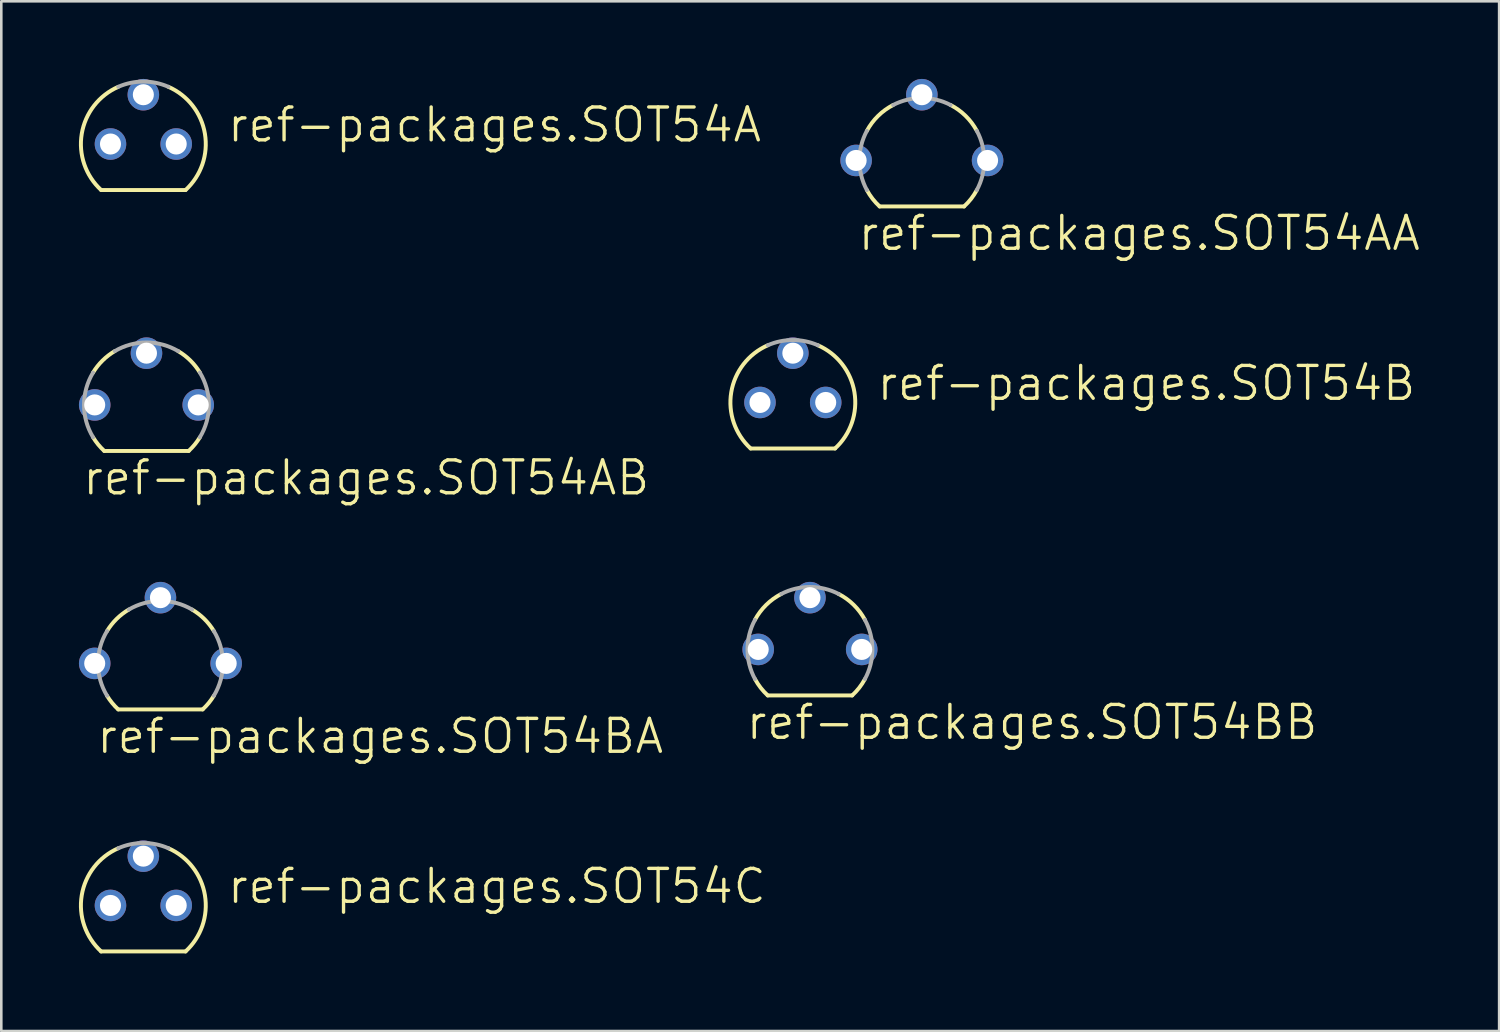
<source format=kicad_pcb>
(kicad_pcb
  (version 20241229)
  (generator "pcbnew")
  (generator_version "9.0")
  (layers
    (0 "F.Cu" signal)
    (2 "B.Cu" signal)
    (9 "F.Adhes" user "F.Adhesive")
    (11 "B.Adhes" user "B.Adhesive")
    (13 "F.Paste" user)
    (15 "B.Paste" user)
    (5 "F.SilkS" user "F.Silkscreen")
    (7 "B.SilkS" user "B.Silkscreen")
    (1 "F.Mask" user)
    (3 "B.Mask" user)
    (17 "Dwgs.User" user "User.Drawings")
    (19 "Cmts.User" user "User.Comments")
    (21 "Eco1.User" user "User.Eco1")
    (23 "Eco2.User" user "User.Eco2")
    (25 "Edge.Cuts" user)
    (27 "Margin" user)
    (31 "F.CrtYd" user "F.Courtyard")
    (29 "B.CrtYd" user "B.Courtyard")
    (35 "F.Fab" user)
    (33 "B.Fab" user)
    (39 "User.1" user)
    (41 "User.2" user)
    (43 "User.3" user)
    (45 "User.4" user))
  (footprint "ref-packages.SOT54AB"
    (layer "F.Cu")
    (at 2.61 12.597)
    (property "Reference" "ref-packages.SOT54AB" (at -2.54 3.556 0) (layer "F.SilkS") (effects (font (size 1.27 1.27) (thickness 0.13)) (justify left bottom)))
    (attr through_hole)
    (fp_line (start -1.631 1.778) (end 1.631 1.778) (stroke (width 0.152) (type default)) (layer "F.SilkS"))
    (fp_arc (start -2.0638 -1.2504) (mid -1.695865 -1.716597) (end -1.2252 -2.0788) (stroke (width 0.1524) (type default)) (layer "F.SilkS"))
    (fp_arc (start -1.6313 1.7781) (mid -1.866295 1.529613) (end -2.0638 1.2504) (stroke (width 0.1524) (type default)) (layer "F.SilkS"))
    (fp_arc (start 1.2252 -2.0788) (mid 1.695865 -1.716597) (end 2.0638 -1.2504) (stroke (width 0.1524) (type default)) (layer "F.SilkS"))
    (fp_arc (start 2.0634 1.2504) (mid 1.865939 1.529557) (end 1.631 1.778) (stroke (width 0.1524) (type default)) (layer "F.SilkS"))
    (fp_arc (start -2.0638 1.2504) (mid -2.413042 0) (end -2.0638 -1.2504) (stroke (width 0.1524) (type default)) (layer "F.Fab"))
    (fp_arc (start -1.2252 -2.0788) (mid 0 -2.412991) (end 1.2252 -2.0788) (stroke (width 0.1524) (type default)) (layer "F.Fab"))
    (fp_arc (start 2.0638 -1.2504) (mid 2.413042 0) (end 2.0638 1.2504) (stroke (width 0.1524) (type default)) (layer "F.Fab"))
    (pad "B" thru_hole circle (at 0 -2) (size 1.219 1.219) (drill 0.813) (layers "*.Cu" "*.Mask"))
    (pad "C" thru_hole circle (at -2 0) (size 1.219 1.219) (drill 0.813) (layers "*.Cu" "*.Mask"))
    (pad "E" thru_hole circle (at 2 0) (size 1.219 1.219) (drill 0.813) (layers "*.Cu" "*.Mask")))
  (footprint "ref-packages.SOT54C"
    (layer "F.Cu")
    (at 2.489 31.938)
    (property "Reference" "ref-packages.SOT54C" (at 3.175 0 0) (layer "F.SilkS") (effects (font (size 1.27 1.27) (thickness 0.13)) (justify left bottom)))
    (attr through_hole)
    (fp_line (start -1.631 1.778) (end 1.631 1.778) (stroke (width 0.152) (type default)) (layer "F.SilkS"))
    (fp_arc (start -1.631 1.778) (mid -2.380096 -0.395238) (end -0.9689 -2.2098) (stroke (width 0.1524) (type default)) (layer "F.SilkS"))
    (fp_arc (start 0.9689 -2.2098) (mid 2.380096 -0.395238) (end 1.631 1.778) (stroke (width 0.1524) (type default)) (layer "F.SilkS"))
    (fp_arc (start -0.9692 -2.2098) (mid 0 -2.412999) (end 0.9692 -2.2098) (stroke (width 0.1524) (type default)) (layer "F.Fab"))
    (pad "D" thru_hole circle (at 1.27 0) (size 1.219 1.219) (drill 0.813) (layers "*.Cu" "*.Mask"))
    (pad "G" thru_hole circle (at -1.27 0) (size 1.219 1.219) (drill 0.813) (layers "*.Cu" "*.Mask"))
    (pad "S" thru_hole circle (at 0 -1.905) (size 1.219 1.219) (drill 0.813) (layers "*.Cu" "*.Mask")))
  (footprint "ref-packages.SOT54AA"
    (layer "F.Cu")
    (at 32.572 3.15)
    (property "Reference" "ref-packages.SOT54AA" (at -2.54 3.556 0) (layer "F.SilkS") (effects (font (size 1.27 1.27) (thickness 0.13)) (justify left bottom)))
    (attr through_hole)
    (fp_line (start -1.631 1.778) (end 1.631 1.778) (stroke (width 0.152) (type default)) (layer "F.SilkS"))
    (fp_arc (start -2.1254 -1.1425) (mid -1.693417 -1.719006) (end -1.1105 -2.1423) (stroke (width 0.1524) (type default)) (layer "F.SilkS"))
    (fp_arc (start -1.631 1.778) (mid -1.904736 1.480999) (end -2.1251 1.1425) (stroke (width 0.1524) (type default)) (layer "F.SilkS"))
    (fp_arc (start 1.1105 -2.1423) (mid 1.693417 -1.719006) (end 2.1254 -1.1425) (stroke (width 0.1524) (type default)) (layer "F.SilkS"))
    (fp_arc (start 2.1251 1.1425) (mid 1.904736 1.480999) (end 1.631 1.778) (stroke (width 0.1524) (type default)) (layer "F.SilkS"))
    (fp_arc (start -2.1254 1.1425) (mid -2.413013 0) (end -2.1254 -1.1425) (stroke (width 0.1524) (type default)) (layer "F.Fab"))
    (fp_arc (start -1.1105 -2.1423) (mid 0 -2.413019) (end 1.1105 -2.1423) (stroke (width 0.1524) (type default)) (layer "F.Fab"))
    (fp_arc (start 2.1254 -1.1425) (mid 2.413013 0) (end 2.1254 1.1425) (stroke (width 0.1524) (type default)) (layer "F.Fab"))
    (pad "B" thru_hole circle (at 0 -2.54) (size 1.219 1.219) (drill 0.813) (layers "*.Cu" "*.Mask"))
    (pad "C" thru_hole circle (at -2.54 0) (size 1.219 1.219) (drill 0.813) (layers "*.Cu" "*.Mask"))
    (pad "E" thru_hole circle (at 2.54 0) (size 1.219 1.219) (drill 0.813) (layers "*.Cu" "*.Mask")))
  (footprint "ref-packages.SOT54BA"
    (layer "F.Cu")
    (at 3.15 22.585)
    (property "Reference" "ref-packages.SOT54BA" (at -2.54 3.556 0) (layer "F.SilkS") (effects (font (size 1.27 1.27) (thickness 0.13)) (justify left bottom)))
    (attr through_hole)
    (fp_line (start -1.631 1.778) (end 1.631 1.778) (stroke (width 0.152) (type default)) (layer "F.SilkS"))
    (fp_arc (start -2.0638 -1.2504) (mid -1.695865 -1.716597) (end -1.2252 -2.0788) (stroke (width 0.1524) (type default)) (layer "F.SilkS"))
    (fp_arc (start -1.6313 1.7781) (mid -1.866295 1.529613) (end -2.0638 1.2504) (stroke (width 0.1524) (type default)) (layer "F.SilkS"))
    (fp_arc (start 1.2252 -2.0788) (mid 1.695865 -1.716597) (end 2.0638 -1.2504) (stroke (width 0.1524) (type default)) (layer "F.SilkS"))
    (fp_arc (start 2.0634 1.2504) (mid 1.865939 1.529557) (end 1.631 1.778) (stroke (width 0.1524) (type default)) (layer "F.SilkS"))
    (fp_arc (start -2.0638 1.2504) (mid -2.413042 0) (end -2.0638 -1.2504) (stroke (width 0.1524) (type default)) (layer "F.Fab"))
    (fp_arc (start -1.2252 -2.0788) (mid 0 -2.412991) (end 1.2252 -2.0788) (stroke (width 0.1524) (type default)) (layer "F.Fab"))
    (fp_arc (start 2.0638 -1.2504) (mid 2.413042 0) (end 2.0638 1.2504) (stroke (width 0.1524) (type default)) (layer "F.Fab"))
    (pad "B" thru_hole circle (at 2.54 0) (size 1.219 1.219) (drill 0.813) (layers "*.Cu" "*.Mask"))
    (pad "C" thru_hole circle (at -2.54 0) (size 1.219 1.219) (drill 0.813) (layers "*.Cu" "*.Mask"))
    (pad "E" thru_hole circle (at 0 -2.54) (size 1.219 1.219) (drill 0.813) (layers "*.Cu" "*.Mask")))
  (footprint "ref-packages.SOT54B"
    (layer "F.Cu")
    (at 27.587 12.502)
    (property "Reference" "ref-packages.SOT54B" (at 3.175 0 0) (layer "F.SilkS") (effects (font (size 1.27 1.27) (thickness 0.13)) (justify left bottom)))
    (attr through_hole)
    (fp_line (start -1.631 1.778) (end 1.631 1.778) (stroke (width 0.152) (type default)) (layer "F.SilkS"))
    (fp_arc (start -1.631 1.778) (mid -2.380096 -0.395238) (end -0.9689 -2.2098) (stroke (width 0.1524) (type default)) (layer "F.SilkS"))
    (fp_arc (start 0.9689 -2.2098) (mid 2.380096 -0.395238) (end 1.631 1.778) (stroke (width 0.1524) (type default)) (layer "F.SilkS"))
    (fp_arc (start -0.9692 -2.2098) (mid 0 -2.412999) (end 0.9692 -2.2098) (stroke (width 0.1524) (type default)) (layer "F.Fab"))
    (pad "B" thru_hole circle (at 1.27 0) (size 1.219 1.219) (drill 0.813) (layers "*.Cu" "*.Mask"))
    (pad "C" thru_hole circle (at -1.27 0) (size 1.219 1.219) (drill 0.813) (layers "*.Cu" "*.Mask"))
    (pad "E" thru_hole circle (at 0 -1.905) (size 1.219 1.219) (drill 0.813) (layers "*.Cu" "*.Mask")))
  (footprint "ref-packages.SOT54BB"
    (layer "F.Cu")
    (at 28.248 22.045)
    (property "Reference" "ref-packages.SOT54BB" (at -2.54 3.556 0) (layer "F.SilkS") (effects (font (size 1.27 1.27) (thickness 0.13)) (justify left bottom)))
    (attr through_hole)
    (fp_line (start -1.631 1.778) (end 1.631 1.778) (stroke (width 0.152) (type default)) (layer "F.SilkS"))
    (fp_arc (start -2.1254 -1.1425) (mid -1.693417 -1.719006) (end -1.1105 -2.1423) (stroke (width 0.1524) (type default)) (layer "F.SilkS"))
    (fp_arc (start -1.631 1.778) (mid -1.904736 1.480999) (end -2.1251 1.1425) (stroke (width 0.1524) (type default)) (layer "F.SilkS"))
    (fp_arc (start 1.1105 -2.1423) (mid 1.693417 -1.719006) (end 2.1254 -1.1425) (stroke (width 0.1524) (type default)) (layer "F.SilkS"))
    (fp_arc (start 2.1251 1.1425) (mid 1.904736 1.480999) (end 1.631 1.778) (stroke (width 0.1524) (type default)) (layer "F.SilkS"))
    (fp_arc (start -2.1254 1.1425) (mid -2.413013 0) (end -2.1254 -1.1425) (stroke (width 0.1524) (type default)) (layer "F.Fab"))
    (fp_arc (start -1.1105 -2.1423) (mid 0 -2.413019) (end 1.1105 -2.1423) (stroke (width 0.1524) (type default)) (layer "F.Fab"))
    (fp_arc (start 2.1254 -1.1425) (mid 2.413013 0) (end 2.1254 1.1425) (stroke (width 0.1524) (type default)) (layer "F.Fab"))
    (pad "B" thru_hole circle (at 2 0) (size 1.219 1.219) (drill 0.813) (layers "*.Cu" "*.Mask"))
    (pad "C" thru_hole circle (at -2 0) (size 1.219 1.219) (drill 0.813) (layers "*.Cu" "*.Mask"))
    (pad "E" thru_hole circle (at 0 -2) (size 1.219 1.219) (drill 0.813) (layers "*.Cu" "*.Mask")))
  (footprint "ref-packages.SOT54A"
    (layer "F.Cu")
    (at 2.489 2.515)
    (property "Reference" "ref-packages.SOT54A" (at 3.175 0 0) (layer "F.SilkS") (effects (font (size 1.27 1.27) (thickness 0.13)) (justify left bottom)))
    (attr through_hole)
    (fp_line (start -1.631 1.778) (end 1.631 1.778) (stroke (width 0.152) (type default)) (layer "F.SilkS"))
    (fp_arc (start -1.631 1.778) (mid -2.380096 -0.395238) (end -0.9689 -2.2098) (stroke (width 0.1524) (type default)) (layer "F.SilkS"))
    (fp_arc (start 0.9689 -2.2098) (mid 2.380096 -0.395238) (end 1.631 1.778) (stroke (width 0.1524) (type default)) (layer "F.SilkS"))
    (fp_arc (start -0.9692 -2.2098) (mid 0 -2.412999) (end 0.9692 -2.2098) (stroke (width 0.1524) (type default)) (layer "F.Fab"))
    (pad "B" thru_hole circle (at 0 -1.905) (size 1.219 1.219) (drill 0.813) (layers "*.Cu" "*.Mask"))
    (pad "C" thru_hole circle (at -1.27 0) (size 1.219 1.219) (drill 0.813) (layers "*.Cu" "*.Mask"))
    (pad "E" thru_hole circle (at 1.27 0) (size 1.219 1.219) (drill 0.813) (layers "*.Cu" "*.Mask")))
  (gr_rect
    (start -3 -3)
    (end 54.879 36.792)
    (stroke (width 0.1) (type default))
    (fill no)
    (layer "Edge.Cuts")))
</source>
